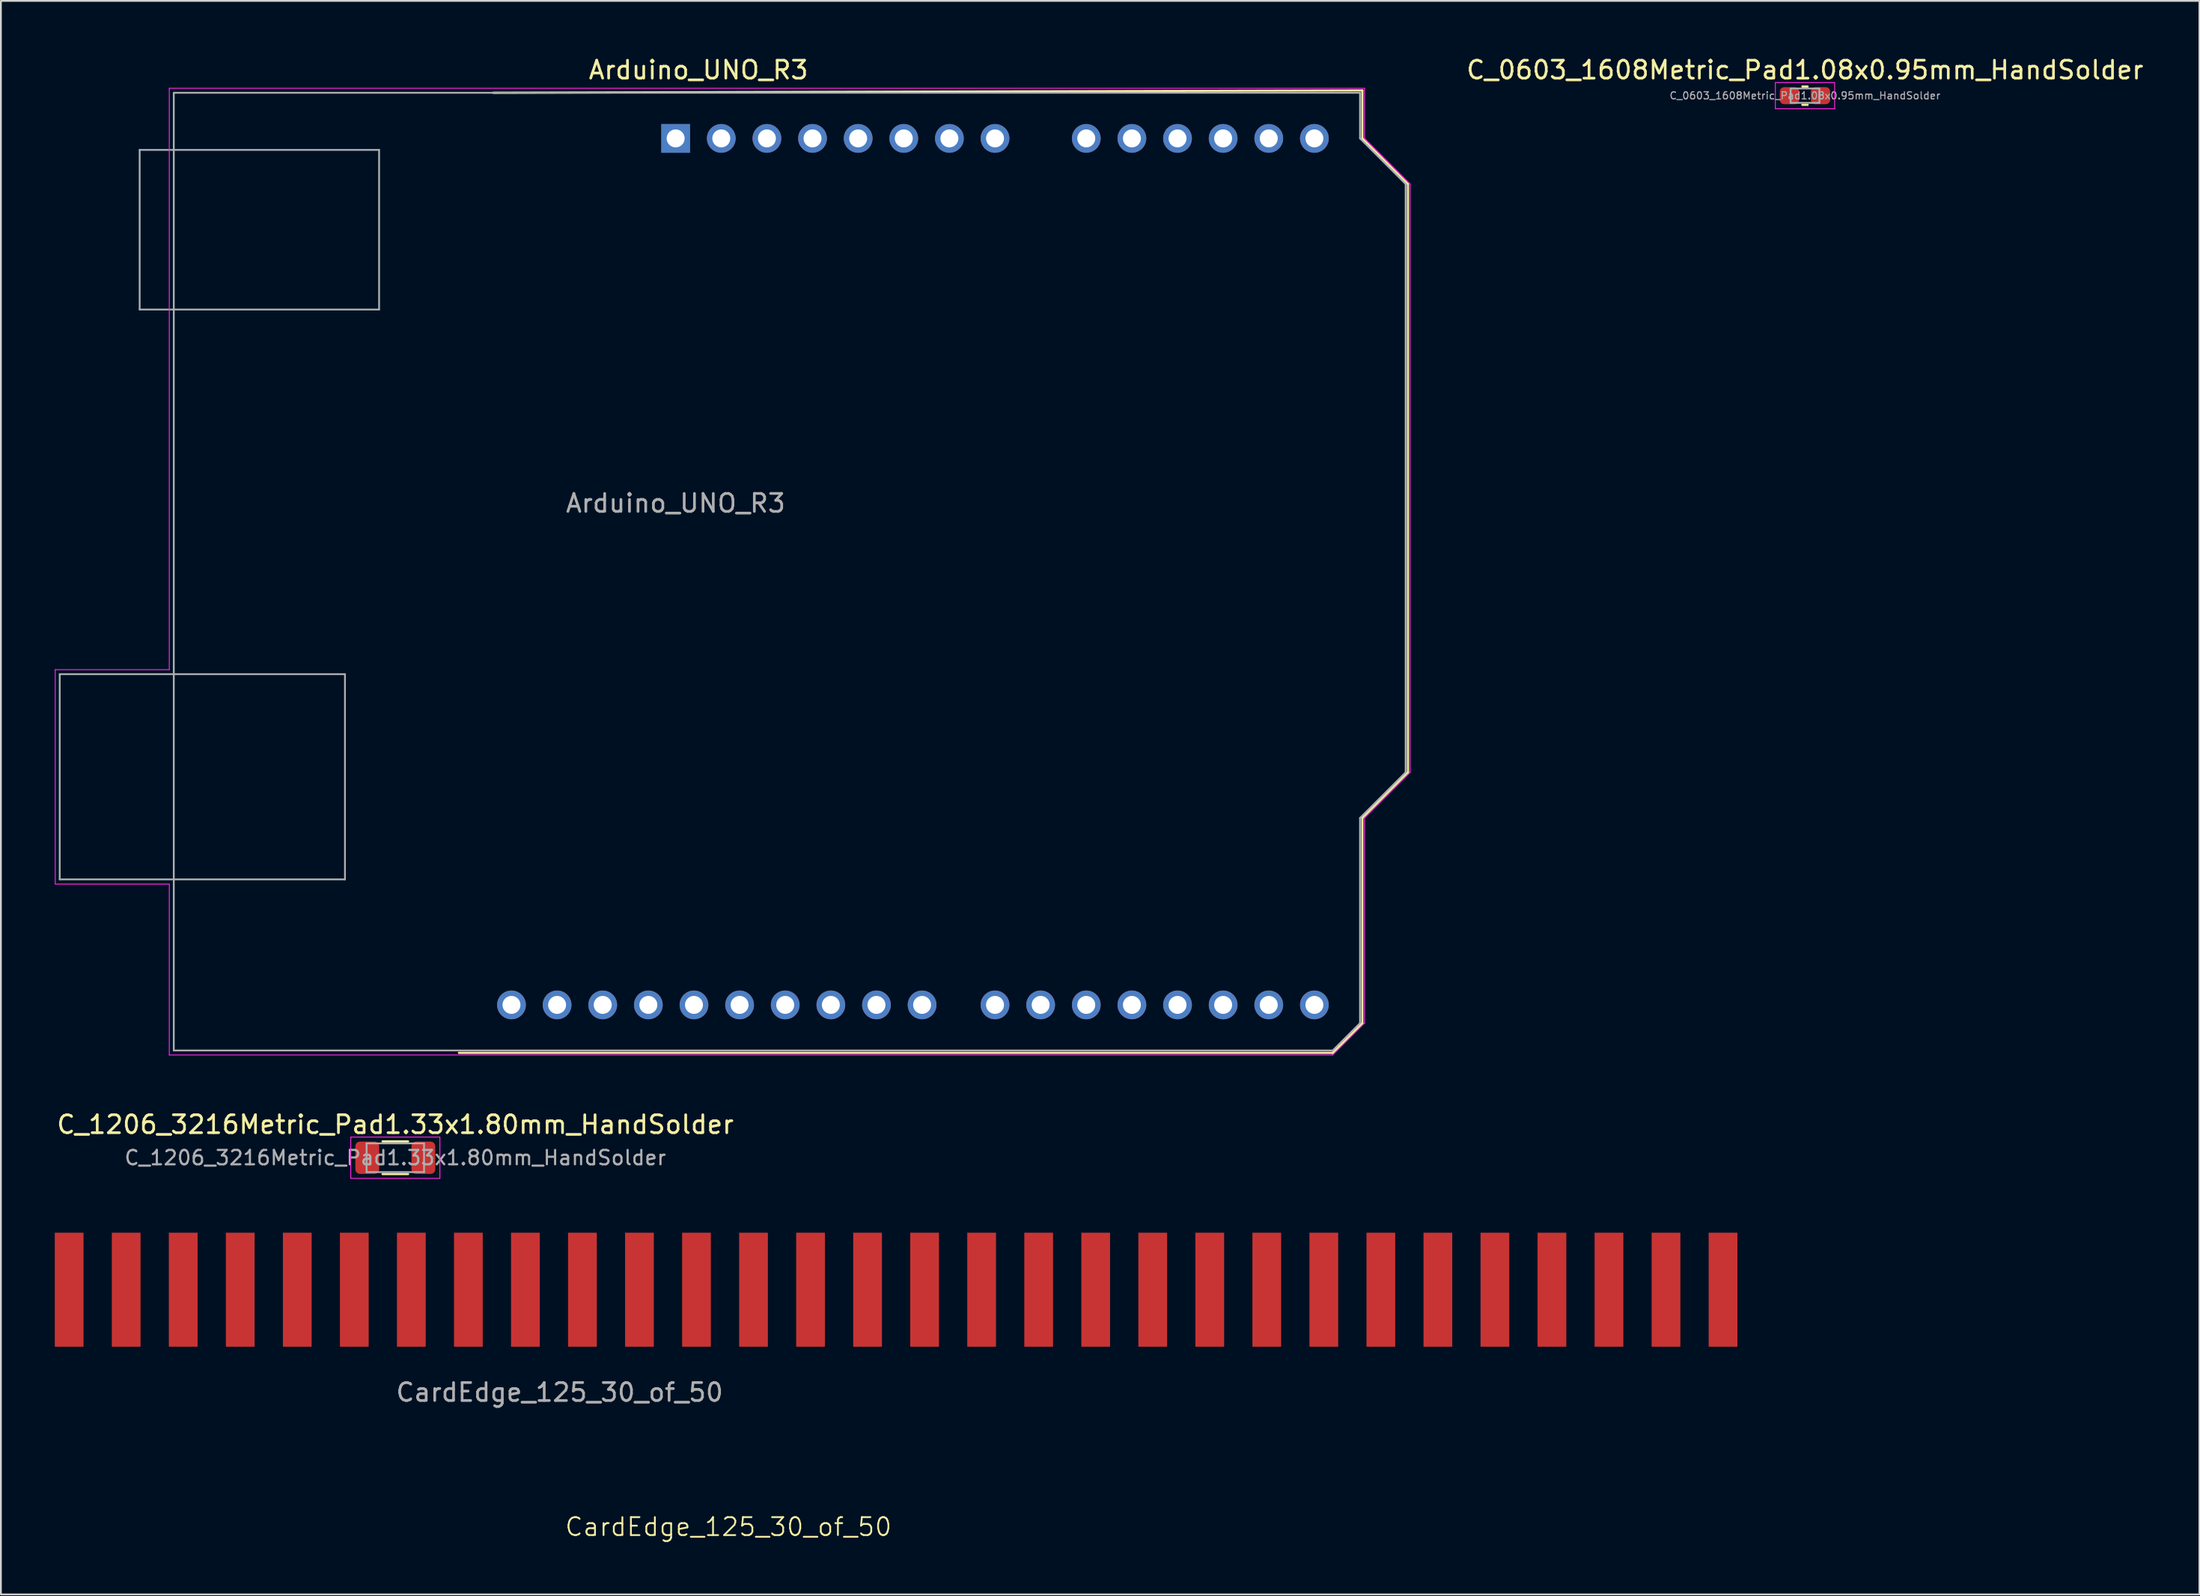
<source format=kicad_pcb>
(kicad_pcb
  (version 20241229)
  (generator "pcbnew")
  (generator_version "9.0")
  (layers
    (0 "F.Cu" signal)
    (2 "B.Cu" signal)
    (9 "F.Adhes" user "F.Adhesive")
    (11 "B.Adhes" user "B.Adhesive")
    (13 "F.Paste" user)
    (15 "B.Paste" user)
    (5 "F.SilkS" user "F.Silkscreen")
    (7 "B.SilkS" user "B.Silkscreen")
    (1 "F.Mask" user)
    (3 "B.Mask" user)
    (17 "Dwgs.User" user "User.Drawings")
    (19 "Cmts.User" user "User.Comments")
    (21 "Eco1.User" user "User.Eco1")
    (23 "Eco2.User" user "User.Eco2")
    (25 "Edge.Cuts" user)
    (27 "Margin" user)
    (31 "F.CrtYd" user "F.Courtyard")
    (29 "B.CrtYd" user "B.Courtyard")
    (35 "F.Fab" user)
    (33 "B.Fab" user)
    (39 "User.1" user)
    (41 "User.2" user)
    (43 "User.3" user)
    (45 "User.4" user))
  (footprint "C_0603_1608Metric_Pad1.08x0.95mm_HandSolder"
    (layer "F.Cu")
    (at 97.438 2.278)
    (property "Reference" "C_0603_1608Metric_Pad1.08x0.95mm_HandSolder" (at 0 -1.43 180) (layer "F.SilkS") (effects (font (size 1 1) (thickness 0.15))))
    (attr smd)
    (fp_line (start -0.146 -0.51) (end 0.146 -0.51) (stroke (width 0.12) (type solid)) (layer "F.SilkS"))
    (fp_line (start -0.146 0.51) (end 0.146 0.51) (stroke (width 0.12) (type solid)) (layer "F.SilkS"))
    (fp_line (start -1.65 -0.73) (end 1.65 -0.73) (stroke (width 0.05) (type solid)) (layer "F.CrtYd"))
    (fp_line (start -1.65 0.73) (end -1.65 -0.73) (stroke (width 0.05) (type solid)) (layer "F.CrtYd"))
    (fp_line (start 1.65 -0.73) (end 1.65 0.73) (stroke (width 0.05) (type solid)) (layer "F.CrtYd"))
    (fp_line (start 1.65 0.73) (end -1.65 0.73) (stroke (width 0.05) (type solid)) (layer "F.CrtYd"))
    (fp_line (start -0.8 -0.4) (end 0.8 -0.4) (stroke (width 0.1) (type solid)) (layer "F.Fab"))
    (fp_line (start -0.8 0.4) (end -0.8 -0.4) (stroke (width 0.1) (type solid)) (layer "F.Fab"))
    (fp_line (start 0.8 -0.4) (end 0.8 0.4) (stroke (width 0.1) (type solid)) (layer "F.Fab"))
    (fp_line (start 0.8 0.4) (end -0.8 0.4) (stroke (width 0.1) (type solid)) (layer "F.Fab"))
    (fp_text user "${REFERENCE}" (at 0 0 180) (layer "F.Fab") (effects (font (size 0.4 0.4) (thickness 0.06))))
    (pad "1" smd roundrect (at -0.863 0) (size 1.075 0.95) (layers "F.Cu" "F.Mask" "F.Paste") (roundrect_rratio 0.25))
    (pad "2" smd roundrect (at 0.863 0) (size 1.075 0.95) (layers "F.Cu" "F.Mask" "F.Paste") (roundrect_rratio 0.25)))
  (footprint "Arduino_UNO_R3"
    (layer "F.Cu")
    (at 34.565 4.658)
    (property "Reference" "Arduino_UNO_R3" (at 1.27 -3.81 0) (layer "F.SilkS") (effects (font (size 1 1) (thickness 0.15))))
    (attr through_hole)
    (fp_line (start -12.065 50.93) (end 36.58 50.93) (stroke (width 0.12) (type solid)) (layer "F.SilkS"))
    (fp_line (start 36.58 50.93) (end 38.23 49.28) (stroke (width 0.12) (type solid)) (layer "F.SilkS"))
    (fp_line (start 38.23 -2.67) (end -10.16 -2.54) (stroke (width 0.12) (type solid)) (layer "F.SilkS"))
    (fp_line (start 38.23 0) (end 38.23 -2.67) (stroke (width 0.12) (type solid)) (layer "F.SilkS"))
    (fp_line (start 38.23 37.85) (end 40.77 35.31) (stroke (width 0.12) (type solid)) (layer "F.SilkS"))
    (fp_line (start 38.23 49.28) (end 38.23 37.85) (stroke (width 0.12) (type solid)) (layer "F.SilkS"))
    (fp_line (start 40.77 2.54) (end 38.23 0) (stroke (width 0.12) (type solid)) (layer "F.SilkS"))
    (fp_line (start 40.77 35.31) (end 40.77 2.54) (stroke (width 0.12) (type solid)) (layer "F.SilkS"))
    (fp_line (start -34.54 29.59) (end -28.19 29.59) (stroke (width 0.05) (type solid)) (layer "F.CrtYd"))
    (fp_line (start -34.54 41.53) (end -34.54 29.59) (stroke (width 0.05) (type solid)) (layer "F.CrtYd"))
    (fp_line (start -28.19 -2.79) (end 38.35 -2.79) (stroke (width 0.05) (type solid)) (layer "F.CrtYd"))
    (fp_line (start -28.19 29.59) (end -28.19 -2.79) (stroke (width 0.05) (type solid)) (layer "F.CrtYd"))
    (fp_line (start -28.19 41.53) (end -34.54 41.53) (stroke (width 0.05) (type solid)) (layer "F.CrtYd"))
    (fp_line (start -28.19 51.05) (end -28.19 41.53) (stroke (width 0.05) (type solid)) (layer "F.CrtYd"))
    (fp_line (start 36.58 51.05) (end -28.19 51.05) (stroke (width 0.05) (type solid)) (layer "F.CrtYd"))
    (fp_line (start 38.35 -2.79) (end 38.35 0) (stroke (width 0.05) (type solid)) (layer "F.CrtYd"))
    (fp_line (start 38.35 0) (end 40.89 2.54) (stroke (width 0.05) (type solid)) (layer "F.CrtYd"))
    (fp_line (start 38.35 37.85) (end 38.35 49.28) (stroke (width 0.05) (type solid)) (layer "F.CrtYd"))
    (fp_line (start 38.35 49.28) (end 36.58 51.05) (stroke (width 0.05) (type solid)) (layer "F.CrtYd"))
    (fp_line (start 40.89 2.54) (end 40.89 35.31) (stroke (width 0.05) (type solid)) (layer "F.CrtYd"))
    (fp_line (start 40.89 35.31) (end 38.35 37.85) (stroke (width 0.05) (type solid)) (layer "F.CrtYd"))
    (fp_line (start -34.29 29.84) (end -18.41 29.84) (stroke (width 0.1) (type solid)) (layer "F.Fab"))
    (fp_line (start -34.29 41.27) (end -34.29 29.84) (stroke (width 0.1) (type solid)) (layer "F.Fab"))
    (fp_line (start -29.84 0.64) (end -16.51 0.64) (stroke (width 0.1) (type solid)) (layer "F.Fab"))
    (fp_line (start -29.84 9.53) (end -29.84 0.64) (stroke (width 0.1) (type solid)) (layer "F.Fab"))
    (fp_line (start -27.94 -2.54) (end 38.1 -2.54) (stroke (width 0.1) (type solid)) (layer "F.Fab"))
    (fp_line (start -27.94 50.8) (end -27.94 -2.54) (stroke (width 0.1) (type solid)) (layer "F.Fab"))
    (fp_line (start -18.41 29.84) (end -18.41 41.27) (stroke (width 0.1) (type solid)) (layer "F.Fab"))
    (fp_line (start -18.41 41.27) (end -34.29 41.27) (stroke (width 0.1) (type solid)) (layer "F.Fab"))
    (fp_line (start -16.51 0.64) (end -16.51 9.53) (stroke (width 0.1) (type solid)) (layer "F.Fab"))
    (fp_line (start -16.51 9.53) (end -29.84 9.53) (stroke (width 0.1) (type solid)) (layer "F.Fab"))
    (fp_line (start 36.58 50.8) (end -27.94 50.8) (stroke (width 0.1) (type solid)) (layer "F.Fab"))
    (fp_line (start 38.1 -2.54) (end 38.1 0) (stroke (width 0.1) (type solid)) (layer "F.Fab"))
    (fp_line (start 38.1 0) (end 40.64 2.54) (stroke (width 0.1) (type solid)) (layer "F.Fab"))
    (fp_line (start 38.1 37.85) (end 38.1 49.28) (stroke (width 0.1) (type solid)) (layer "F.Fab"))
    (fp_line (start 38.1 49.28) (end 36.58 50.8) (stroke (width 0.1) (type solid)) (layer "F.Fab"))
    (fp_line (start 40.64 2.54) (end 40.64 35.31) (stroke (width 0.1) (type solid)) (layer "F.Fab"))
    (fp_line (start 40.64 35.31) (end 38.1 37.85) (stroke (width 0.1) (type solid)) (layer "F.Fab"))
    (fp_text user "${REFERENCE}" (at 0 20.32 0) (layer "F.Fab") (effects (font (size 1 1) (thickness 0.15))))
    (pad "1" thru_hole rect (at 0 0 90) (size 1.6 1.6) (drill 1) (layers "*.Cu" "*.Mask"))
    (pad "2" thru_hole oval (at 2.54 0 90) (size 1.6 1.6) (drill 1) (layers "*.Cu" "*.Mask"))
    (pad "3" thru_hole oval (at 5.08 0 90) (size 1.6 1.6) (drill 1) (layers "*.Cu" "*.Mask"))
    (pad "4" thru_hole oval (at 7.62 0 90) (size 1.6 1.6) (drill 1) (layers "*.Cu" "*.Mask"))
    (pad "5" thru_hole oval (at 10.16 0 90) (size 1.6 1.6) (drill 1) (layers "*.Cu" "*.Mask"))
    (pad "6" thru_hole oval (at 12.7 0 90) (size 1.6 1.6) (drill 1) (layers "*.Cu" "*.Mask"))
    (pad "7" thru_hole oval (at 15.24 0 90) (size 1.6 1.6) (drill 1) (layers "*.Cu" "*.Mask"))
    (pad "8" thru_hole oval (at 17.78 0 90) (size 1.6 1.6) (drill 1) (layers "*.Cu" "*.Mask"))
    (pad "9" thru_hole oval (at 22.86 0 90) (size 1.6 1.6) (drill 1) (layers "*.Cu" "*.Mask"))
    (pad "10" thru_hole oval (at 25.4 0 90) (size 1.6 1.6) (drill 1) (layers "*.Cu" "*.Mask"))
    (pad "11" thru_hole oval (at 27.94 0 90) (size 1.6 1.6) (drill 1) (layers "*.Cu" "*.Mask"))
    (pad "12" thru_hole oval (at 30.48 0 90) (size 1.6 1.6) (drill 1) (layers "*.Cu" "*.Mask"))
    (pad "13" thru_hole oval (at 33.02 0 90) (size 1.6 1.6) (drill 1) (layers "*.Cu" "*.Mask"))
    (pad "14" thru_hole oval (at 35.56 0 90) (size 1.6 1.6) (drill 1) (layers "*.Cu" "*.Mask"))
    (pad "15" thru_hole oval (at 35.56 48.26 90) (size 1.6 1.6) (drill 1) (layers "*.Cu" "*.Mask"))
    (pad "16" thru_hole oval (at 33.02 48.26 90) (size 1.6 1.6) (drill 1) (layers "*.Cu" "*.Mask"))
    (pad "17" thru_hole oval (at 30.48 48.26 90) (size 1.6 1.6) (drill 1) (layers "*.Cu" "*.Mask"))
    (pad "18" thru_hole oval (at 27.94 48.26 90) (size 1.6 1.6) (drill 1) (layers "*.Cu" "*.Mask"))
    (pad "19" thru_hole oval (at 25.4 48.26 90) (size 1.6 1.6) (drill 1) (layers "*.Cu" "*.Mask"))
    (pad "20" thru_hole oval (at 22.86 48.26 90) (size 1.6 1.6) (drill 1) (layers "*.Cu" "*.Mask"))
    (pad "21" thru_hole oval (at 20.32 48.26 90) (size 1.6 1.6) (drill 1) (layers "*.Cu" "*.Mask"))
    (pad "22" thru_hole oval (at 17.78 48.26 90) (size 1.6 1.6) (drill 1) (layers "*.Cu" "*.Mask"))
    (pad "23" thru_hole oval (at 13.72 48.26 90) (size 1.6 1.6) (drill 1) (layers "*.Cu" "*.Mask"))
    (pad "24" thru_hole oval (at 11.18 48.26 90) (size 1.6 1.6) (drill 1) (layers "*.Cu" "*.Mask"))
    (pad "25" thru_hole oval (at 8.64 48.26 90) (size 1.6 1.6) (drill 1) (layers "*.Cu" "*.Mask"))
    (pad "26" thru_hole oval (at 6.1 48.26 90) (size 1.6 1.6) (drill 1) (layers "*.Cu" "*.Mask"))
    (pad "27" thru_hole oval (at 3.56 48.26 90) (size 1.6 1.6) (drill 1) (layers "*.Cu" "*.Mask"))
    (pad "28" thru_hole oval (at 1.02 48.26 90) (size 1.6 1.6) (drill 1) (layers "*.Cu" "*.Mask"))
    (pad "29" thru_hole oval (at -1.52 48.26 90) (size 1.6 1.6) (drill 1) (layers "*.Cu" "*.Mask"))
    (pad "30" thru_hole oval (at -4.06 48.26 90) (size 1.6 1.6) (drill 1) (layers "*.Cu" "*.Mask"))
    (pad "31" thru_hole oval (at -6.6 48.26 90) (size 1.6 1.6) (drill 1) (layers "*.Cu" "*.Mask"))
    (pad "32" thru_hole oval (at -9.14 48.26 90) (size 1.6 1.6) (drill 1) (layers "*.Cu" "*.Mask")))
  (footprint "C_1206_3216Metric_Pad1.33x1.80mm_HandSolder"
    (layer "F.Cu")
    (at 18.958 61.431)
    (property "Reference" "C_1206_3216Metric_Pad1.33x1.80mm_HandSolder" (at 0 -1.85 0) (layer "F.SilkS") (effects (font (size 1 1) (thickness 0.15))))
    (attr smd)
    (fp_line (start -0.711 -0.91) (end 0.711 -0.91) (stroke (width 0.12) (type solid)) (layer "F.SilkS"))
    (fp_line (start -0.711 0.91) (end 0.711 0.91) (stroke (width 0.12) (type solid)) (layer "F.SilkS"))
    (fp_line (start -2.48 -1.15) (end 2.48 -1.15) (stroke (width 0.05) (type solid)) (layer "F.CrtYd"))
    (fp_line (start -2.48 1.15) (end -2.48 -1.15) (stroke (width 0.05) (type solid)) (layer "F.CrtYd"))
    (fp_line (start 2.48 -1.15) (end 2.48 1.15) (stroke (width 0.05) (type solid)) (layer "F.CrtYd"))
    (fp_line (start 2.48 1.15) (end -2.48 1.15) (stroke (width 0.05) (type solid)) (layer "F.CrtYd"))
    (fp_line (start -1.6 -0.8) (end 1.6 -0.8) (stroke (width 0.1) (type solid)) (layer "F.Fab"))
    (fp_line (start -1.6 0.8) (end -1.6 -0.8) (stroke (width 0.1) (type solid)) (layer "F.Fab"))
    (fp_line (start 1.6 -0.8) (end 1.6 0.8) (stroke (width 0.1) (type solid)) (layer "F.Fab"))
    (fp_line (start 1.6 0.8) (end -1.6 0.8) (stroke (width 0.1) (type solid)) (layer "F.Fab"))
    (fp_text user "${REFERENCE}" (at 0 0 0) (layer "F.Fab") (effects (font (size 0.8 0.8) (thickness 0.12))))
    (pad "1" smd roundrect (at -1.562 0) (size 1.325 1.8) (layers "F.Cu" "F.Mask" "F.Paste") (roundrect_rratio 0.189))
    (pad "2" smd roundrect (at 1.562 0) (size 1.325 1.8) (layers "F.Cu" "F.Mask" "F.Paste") (roundrect_rratio 0.189)))
  (footprint "CardEdge_125_30_of_50"
    (layer "F.Cu")
    (at 0.8 68.781)
    (property "Reference" "CardEdge_125_30_of_50" (at 36.703 13.208 0) (unlocked yes) (layer "F.SilkS") (effects (font (size 1 1) (thickness 0.1))))
    (attr smd)
    (fp_text user "${REFERENCE}" (at 27.305 5.715 0) (unlocked yes) (layer "F.Fab") (effects (font (size 1 1) (thickness 0.15))))
    (pad "21" connect rect (at 0 0) (size 1.6 6.35) (layers "F.Cu" "F.Mask"))
    (pad "22" connect rect (at 3.175 0) (size 1.6 6.35) (layers "F.Cu" "F.Mask"))
    (pad "23" connect rect (at 6.35 0) (size 1.6 6.35) (layers "F.Cu" "F.Mask"))
    (pad "24" connect rect (at 9.525 0) (size 1.6 6.35) (layers "F.Cu" "F.Mask"))
    (pad "25" connect rect (at 12.7 0) (size 1.6 6.35) (layers "F.Cu" "F.Mask"))
    (pad "26" connect rect (at 15.875 0) (size 1.6 6.35) (layers "F.Cu" "F.Mask"))
    (pad "27" connect rect (at 19.05 0) (size 1.6 6.35) (layers "F.Cu" "F.Mask"))
    (pad "28" connect rect (at 22.225 0) (size 1.6 6.35) (layers "F.Cu" "F.Mask"))
    (pad "29" connect rect (at 25.4 0) (size 1.6 6.35) (layers "F.Cu" "F.Mask"))
    (pad "30" connect rect (at 28.575 0) (size 1.6 6.35) (layers "F.Cu" "F.Mask"))
    (pad "31" connect rect (at 31.75 0) (size 1.6 6.35) (layers "F.Cu" "F.Mask"))
    (pad "32" connect rect (at 34.925 0) (size 1.6 6.35) (layers "F.Cu" "F.Mask"))
    (pad "33" connect rect (at 38.1 0) (size 1.6 6.35) (layers "F.Cu" "F.Mask"))
    (pad "34" connect rect (at 41.275 0) (size 1.6 6.35) (layers "F.Cu" "F.Mask"))
    (pad "35" connect rect (at 44.45 0) (size 1.6 6.35) (layers "F.Cu" "F.Mask"))
    (pad "36" connect rect (at 47.625 0) (size 1.6 6.35) (layers "F.Cu" "F.Mask"))
    (pad "37" connect rect (at 50.8 0) (size 1.6 6.35) (layers "F.Cu" "F.Mask"))
    (pad "38" connect rect (at 53.975 0) (size 1.6 6.35) (layers "F.Cu" "F.Mask"))
    (pad "39" connect rect (at 57.15 0) (size 1.6 6.35) (layers "F.Cu" "F.Mask"))
    (pad "40" connect rect (at 60.325 0) (size 1.6 6.35) (layers "F.Cu" "F.Mask"))
    (pad "41" connect rect (at 63.5 0) (size 1.6 6.35) (layers "F.Cu" "F.Mask"))
    (pad "42" connect rect (at 66.675 0) (size 1.6 6.35) (layers "F.Cu" "F.Mask"))
    (pad "43" connect rect (at 69.85 0) (size 1.6 6.35) (layers "F.Cu" "F.Mask"))
    (pad "44" connect rect (at 73.025 0) (size 1.6 6.35) (layers "F.Cu" "F.Mask"))
    (pad "45" connect rect (at 76.2 0) (size 1.6 6.35) (layers "F.Cu" "F.Mask"))
    (pad "46" connect rect (at 79.375 0) (size 1.6 6.35) (layers "F.Cu" "F.Mask"))
    (pad "47" connect rect (at 82.55 0) (size 1.6 6.35) (layers "F.Cu" "F.Mask"))
    (pad "48" connect rect (at 85.725 0) (size 1.6 6.35) (layers "F.Cu" "F.Mask"))
    (pad "49" connect rect (at 88.9 0) (size 1.6 6.35) (layers "F.Cu" "F.Mask"))
    (pad "50" connect rect (at 92.075 0) (size 1.6 6.35) (layers "F.Cu" "F.Mask")))
  (gr_rect
    (start -3 -3)
    (end 119.397 85.75)
    (stroke (width 0.1) (type default))
    (fill no)
    (layer "Edge.Cuts")))
</source>
